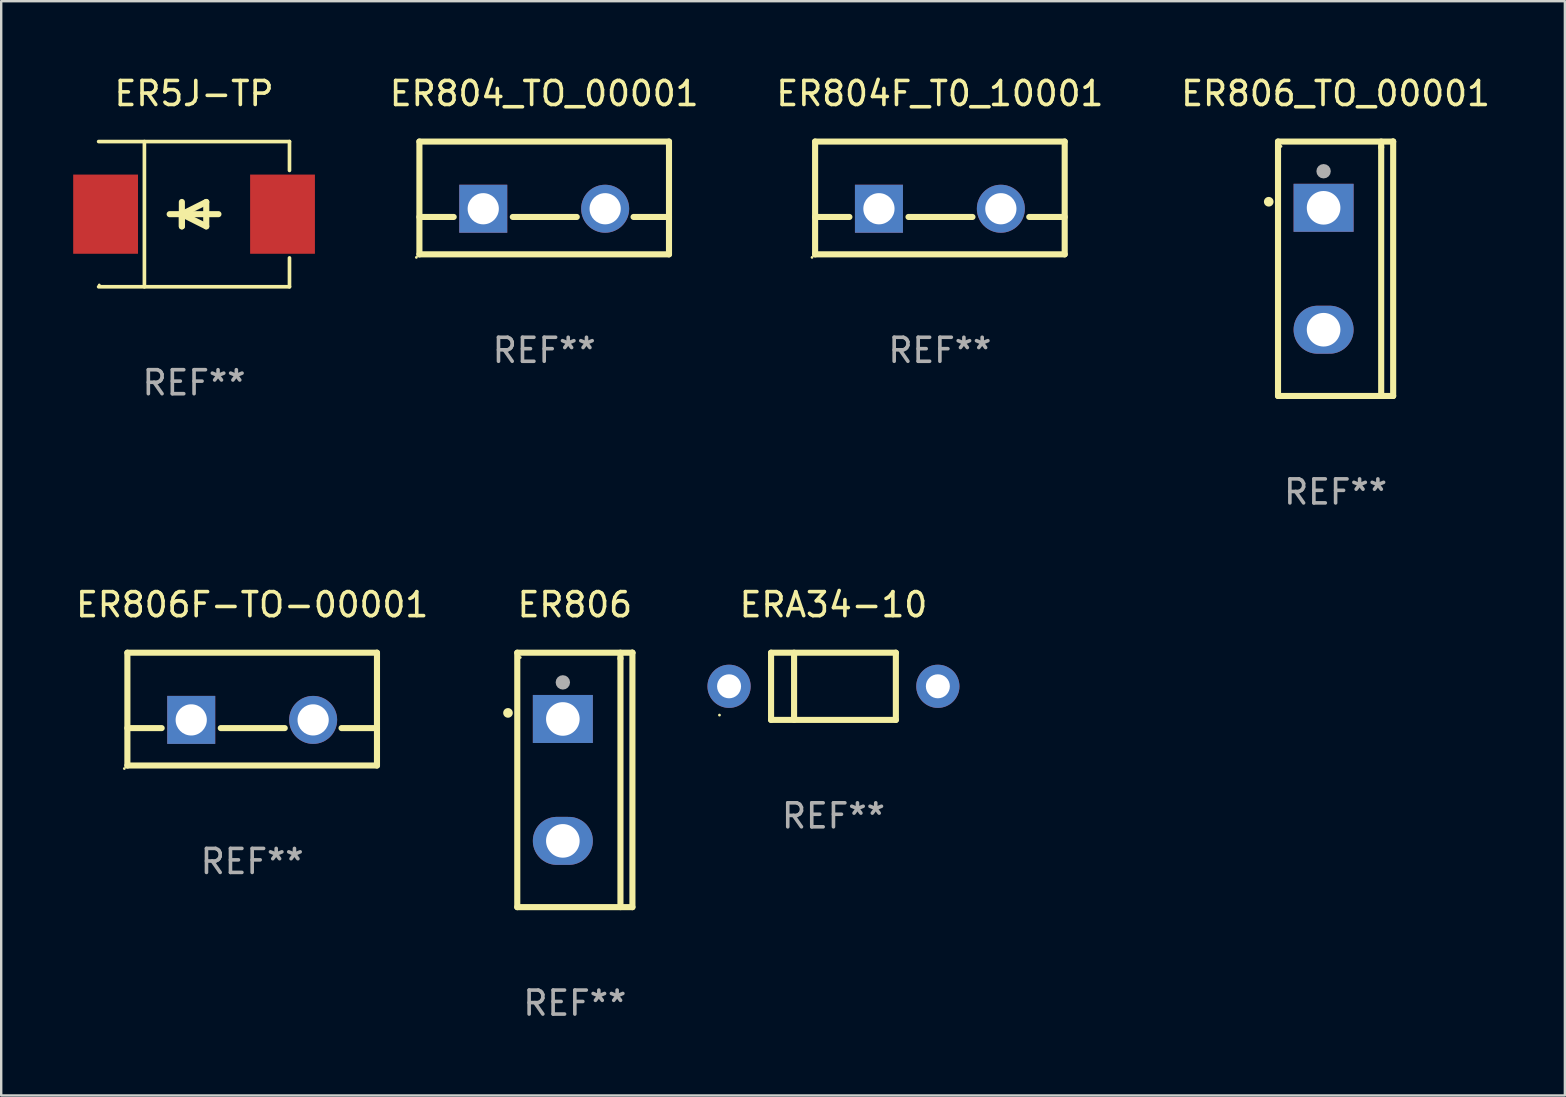
<source format=kicad_pcb>
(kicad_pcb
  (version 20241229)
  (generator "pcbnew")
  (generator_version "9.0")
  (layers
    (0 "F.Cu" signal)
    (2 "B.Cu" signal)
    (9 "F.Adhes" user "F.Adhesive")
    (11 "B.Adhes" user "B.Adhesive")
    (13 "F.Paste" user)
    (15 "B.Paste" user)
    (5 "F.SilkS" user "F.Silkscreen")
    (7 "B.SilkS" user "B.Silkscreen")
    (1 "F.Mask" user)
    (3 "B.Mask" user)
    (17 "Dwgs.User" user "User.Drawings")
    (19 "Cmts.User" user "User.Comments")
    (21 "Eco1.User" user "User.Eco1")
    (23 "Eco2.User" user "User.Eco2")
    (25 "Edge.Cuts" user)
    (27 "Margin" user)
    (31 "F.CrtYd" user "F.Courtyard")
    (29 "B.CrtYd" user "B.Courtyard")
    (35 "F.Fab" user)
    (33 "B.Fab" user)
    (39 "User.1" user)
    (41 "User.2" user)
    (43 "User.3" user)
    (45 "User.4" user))
  (footprint "ER804_TO_00001"
    (layer "F.Cu")
    (at 19.626 5.198)
    (property "Reference" "ER804_TO_00001" (at 0 -4.35 0) (layer "F.SilkS") (effects (font (size 1 1) (thickness 0.15))))
    (attr through_hole)
    (fp_line (start -5.2 -2.35) (end -5.2 2.35) (stroke (width 0.254) (type solid)) (layer "F.SilkS"))
    (fp_line (start -5.2 -2.35) (end 5.2 -2.35) (stroke (width 0.254) (type solid)) (layer "F.SilkS"))
    (fp_line (start -5.2 0.792) (end -3.771 0.792) (stroke (width 0.254) (type solid)) (layer "F.SilkS"))
    (fp_line (start -5.2 2.35) (end 5.2 2.35) (stroke (width 0.254) (type solid)) (layer "F.SilkS"))
    (fp_line (start -1.309 0.792) (end 1.357 0.792) (stroke (width 0.254) (type solid)) (layer "F.SilkS"))
    (fp_line (start 3.723 0.792) (end 5.2 0.792) (stroke (width 0.254) (type solid)) (layer "F.SilkS"))
    (fp_line (start 5.2 -2.35) (end 5.2 2.35) (stroke (width 0.254) (type solid)) (layer "F.SilkS"))
    (fp_circle (center -5.327 2.477) (end -5.297 2.477) (stroke (width 0.06) (type solid)) (fill no) (layer "F.SilkS"))
    (fp_text user "REF**" (at 0 6.35 0) (layer "F.Fab") (effects (font (size 1 1) (thickness 0.15))))
    (pad "1" thru_hole rect (at -2.54 0.45) (size 2 2) (drill 1.3) (layers "*.Cu" "*.Mask"))
    (pad "2" thru_hole circle (at 2.54 0.45) (size 2 2) (drill 1.3) (layers "*.Cu" "*.Mask")))
  (footprint "ER806"
    (layer "F.Cu")
    (at 20.903 29.448)
    (property "Reference" "ER806" (at 0 -7.301 0) (layer "F.SilkS") (effects (font (size 1 1) (thickness 0.15))))
    (attr through_hole)
    (fp_line (start -2.399 -5.301) (end 2.394 -5.301) (stroke (width 0.254) (type solid)) (layer "F.SilkS"))
    (fp_line (start -2.399 5.301) (end -2.399 -5.301) (stroke (width 0.254) (type solid)) (layer "F.SilkS"))
    (fp_line (start 1.9 -5.061) (end 1.9 -5.3) (stroke (width 0.254) (type solid)) (layer "F.SilkS"))
    (fp_line (start 1.9 5.3) (end 1.9 -5.061) (stroke (width 0.254) (type solid)) (layer "F.SilkS"))
    (fp_line (start 2.394 -5.301) (end 2.399 -5.301) (stroke (width 0.254) (type solid)) (layer "F.SilkS"))
    (fp_line (start 2.399 -5.301) (end 2.399 5.301) (stroke (width 0.254) (type solid)) (layer "F.SilkS"))
    (fp_line (start 2.399 5.301) (end -2.399 5.301) (stroke (width 0.254) (type solid)) (layer "F.SilkS"))
    (fp_arc (start -2.786043 -2.791466) (mid -2.786047 -2.792736) (end -2.786043 -2.794006) (stroke (width 0.4) (type solid)) (layer "F.SilkS"))
    (fp_circle (center -2.275 -5.1) (end -2.245 -5.1) (stroke (width 0.06) (type solid)) (fill no) (layer "F.SilkS"))
    (fp_circle (center -0.5 -4.064) (end -0.35 -4.064) (stroke (width 0.3) (type solid)) (fill no) (layer "F.Fab"))
    (fp_text user "REF**" (at 0 9.301 0) (layer "F.Fab") (effects (font (size 1 1) (thickness 0.15))))
    (pad "1" thru_hole rect (at -0.5 -2.54 270) (size 2 2.5) (drill 1.4) (layers "*.Cu" "*.Mask"))
    (pad "3" thru_hole oval (at -0.5 2.54 270) (size 2 2.5) (drill 1.4) (layers "*.Cu" "*.Mask")))
  (footprint "ERA34-10"
    (layer "F.Cu")
    (at 31.679 25.547)
    (property "Reference" "ERA34-10" (at 0 -3.4 0) (layer "F.SilkS") (effects (font (size 1 1) (thickness 0.15))))
    (attr through_hole)
    (fp_line (start -2.6 -1.4) (end -2.6 1.4) (stroke (width 0.254) (type solid)) (layer "F.SilkS"))
    (fp_line (start -2.6 -1.4) (end 2.6 -1.4) (stroke (width 0.254) (type solid)) (layer "F.SilkS"))
    (fp_line (start -2.6 1.4) (end 2.6 1.4) (stroke (width 0.254) (type solid)) (layer "F.SilkS"))
    (fp_line (start -1.641 -1.4) (end -1.641 1.4) (stroke (width 0.254) (type solid)) (layer "F.SilkS"))
    (fp_line (start 2.6 -1.4) (end 2.6 1.4) (stroke (width 0.254) (type solid)) (layer "F.SilkS"))
    (fp_circle (center -4.75 1.2) (end -4.72 1.2) (stroke (width 0.06) (type solid)) (fill no) (layer "F.SilkS"))
    (fp_text user "REF**" (at 0 5.4 0) (layer "F.Fab") (effects (font (size 1 1) (thickness 0.15))))
    (pad "1" thru_hole circle (at -4.35 0) (size 1.8 1.8) (drill 1) (layers "*.Cu" "*.Mask"))
    (pad "2" thru_hole circle (at 4.35 0) (size 1.8 1.8) (drill 1) (layers "*.Cu" "*.Mask")))
  (footprint "ER5J-TP"
    (layer "F.Cu")
    (at 5.036 5.874)
    (property "Reference" "ER5J-TP" (at 0 -5.026 0) (layer "F.SilkS") (effects (font (size 1 1) (thickness 0.15))))
    (attr through_hole)
    (fp_line (start -3.976 -3.026) (end 3.976 -3.026) (stroke (width 0.152) (type solid)) (layer "F.SilkS"))
    (fp_line (start -3.976 3.026) (end 3.976 3.026) (stroke (width 0.152) (type solid)) (layer "F.SilkS"))
    (fp_line (start -2.069 -3.026) (end -2.069 3.026) (stroke (width 0.152) (type solid)) (layer "F.SilkS"))
    (fp_line (start -0.508 0) (end -0.508 0.508) (stroke (width 0.254) (type solid)) (layer "F.SilkS"))
    (fp_line (start -0.508 0) (end 0.508 0.508) (stroke (width 0.254) (type solid)) (layer "F.SilkS"))
    (fp_line (start -0.508 0.508) (end -0.508 -0.508) (stroke (width 0.254) (type solid)) (layer "F.SilkS"))
    (fp_line (start 0.508 -0.508) (end -0.508 0) (stroke (width 0.254) (type solid)) (layer "F.SilkS"))
    (fp_line (start 0.508 0.508) (end 0.508 -0.508) (stroke (width 0.254) (type solid)) (layer "F.SilkS"))
    (fp_line (start 1.016 0) (end -1.016 0) (stroke (width 0.254) (type solid)) (layer "F.SilkS"))
    (fp_line (start 3.976 -3.026) (end 3.976 -1.823) (stroke (width 0.152) (type solid)) (layer "F.SilkS"))
    (fp_line (start 3.976 3.026) (end 3.976 1.823) (stroke (width 0.152) (type solid)) (layer "F.SilkS"))
    (fp_circle (center -3.95 2.95) (end -3.92 2.95) (stroke (width 0.06) (type solid)) (fill no) (layer "F.SilkS"))
    (fp_text user "REF**" (at 0 7.026 0) (layer "F.Fab") (effects (font (size 1 1) (thickness 0.15))))
    (pad "1" smd rect (at -3.686 0) (size 2.7 3.3) (layers "F.Cu" "F.Mask" "F.Paste"))
    (pad "2" smd rect (at 3.686 0) (size 2.7 3.3) (layers "F.Cu" "F.Mask" "F.Paste")))
  (footprint "ER806F-TO-00001"
    (layer "F.Cu")
    (at 7.458 26.497)
    (property "Reference" "ER806F-TO-00001" (at 0 -4.35 0) (layer "F.SilkS") (effects (font (size 1 1) (thickness 0.15))))
    (attr through_hole)
    (fp_line (start -5.2 -2.35) (end -5.2 2.35) (stroke (width 0.254) (type solid)) (layer "F.SilkS"))
    (fp_line (start -5.2 -2.35) (end 5.2 -2.35) (stroke (width 0.254) (type solid)) (layer "F.SilkS"))
    (fp_line (start -5.2 0.792) (end -3.771 0.792) (stroke (width 0.254) (type solid)) (layer "F.SilkS"))
    (fp_line (start -5.2 2.35) (end 5.2 2.35) (stroke (width 0.254) (type solid)) (layer "F.SilkS"))
    (fp_line (start -1.309 0.792) (end 1.357 0.792) (stroke (width 0.254) (type solid)) (layer "F.SilkS"))
    (fp_line (start 3.723 0.792) (end 5.2 0.792) (stroke (width 0.254) (type solid)) (layer "F.SilkS"))
    (fp_line (start 5.2 -2.35) (end 5.2 2.35) (stroke (width 0.254) (type solid)) (layer "F.SilkS"))
    (fp_circle (center -5.327 2.477) (end -5.297 2.477) (stroke (width 0.06) (type solid)) (fill no) (layer "F.SilkS"))
    (fp_text user "REF**" (at 0 6.35 0) (layer "F.Fab") (effects (font (size 1 1) (thickness 0.15))))
    (pad "1" thru_hole rect (at -2.54 0.45) (size 2 2) (drill 1.3) (layers "*.Cu" "*.Mask"))
    (pad "2" thru_hole circle (at 2.54 0.45) (size 2 2) (drill 1.3) (layers "*.Cu" "*.Mask")))
  (footprint "ER806_TO_00001"
    (layer "F.Cu")
    (at 52.602 8.149)
    (property "Reference" "ER806_TO_00001" (at 0 -7.301 0) (layer "F.SilkS") (effects (font (size 1 1) (thickness 0.15))))
    (attr through_hole)
    (fp_line (start -2.399 -5.301) (end 2.394 -5.301) (stroke (width 0.254) (type solid)) (layer "F.SilkS"))
    (fp_line (start -2.399 5.301) (end -2.399 -5.301) (stroke (width 0.254) (type solid)) (layer "F.SilkS"))
    (fp_line (start 1.9 -5.061) (end 1.9 -5.3) (stroke (width 0.254) (type solid)) (layer "F.SilkS"))
    (fp_line (start 1.9 5.3) (end 1.9 -5.061) (stroke (width 0.254) (type solid)) (layer "F.SilkS"))
    (fp_line (start 2.394 -5.301) (end 2.399 -5.301) (stroke (width 0.254) (type solid)) (layer "F.SilkS"))
    (fp_line (start 2.399 -5.301) (end 2.399 5.301) (stroke (width 0.254) (type solid)) (layer "F.SilkS"))
    (fp_line (start 2.399 5.301) (end -2.399 5.301) (stroke (width 0.254) (type solid)) (layer "F.SilkS"))
    (fp_arc (start -2.786043 -2.791466) (mid -2.786047 -2.792736) (end -2.786043 -2.794006) (stroke (width 0.4) (type solid)) (layer "F.SilkS"))
    (fp_circle (center -2.275 -5.1) (end -2.245 -5.1) (stroke (width 0.06) (type solid)) (fill no) (layer "F.SilkS"))
    (fp_circle (center -0.5 -4.064) (end -0.35 -4.064) (stroke (width 0.3) (type solid)) (fill no) (layer "F.Fab"))
    (fp_text user "REF**" (at 0 9.301 0) (layer "F.Fab") (effects (font (size 1 1) (thickness 0.15))))
    (pad "1" thru_hole rect (at -0.5 -2.54 270) (size 2 2.5) (drill 1.4) (layers "*.Cu" "*.Mask"))
    (pad "3" thru_hole oval (at -0.5 2.54 270) (size 2 2.5) (drill 1.4) (layers "*.Cu" "*.Mask")))
  (footprint "ER804F_T0_10001"
    (layer "F.Cu")
    (at 36.114 5.198)
    (property "Reference" "ER804F_T0_10001" (at 0 -4.35 0) (layer "F.SilkS") (effects (font (size 1 1) (thickness 0.15))))
    (attr through_hole)
    (fp_line (start -5.2 -2.35) (end -5.2 2.35) (stroke (width 0.254) (type solid)) (layer "F.SilkS"))
    (fp_line (start -5.2 -2.35) (end 5.2 -2.35) (stroke (width 0.254) (type solid)) (layer "F.SilkS"))
    (fp_line (start -5.2 0.792) (end -3.771 0.792) (stroke (width 0.254) (type solid)) (layer "F.SilkS"))
    (fp_line (start -5.2 2.35) (end 5.2 2.35) (stroke (width 0.254) (type solid)) (layer "F.SilkS"))
    (fp_line (start -1.309 0.792) (end 1.357 0.792) (stroke (width 0.254) (type solid)) (layer "F.SilkS"))
    (fp_line (start 3.723 0.792) (end 5.2 0.792) (stroke (width 0.254) (type solid)) (layer "F.SilkS"))
    (fp_line (start 5.2 -2.35) (end 5.2 2.35) (stroke (width 0.254) (type solid)) (layer "F.SilkS"))
    (fp_circle (center -5.327 2.477) (end -5.297 2.477) (stroke (width 0.06) (type solid)) (fill no) (layer "F.SilkS"))
    (fp_text user "REF**" (at 0 6.35 0) (layer "F.Fab") (effects (font (size 1 1) (thickness 0.15))))
    (pad "1" thru_hole rect (at -2.54 0.45) (size 2 2) (drill 1.3) (layers "*.Cu" "*.Mask"))
    (pad "2" thru_hole circle (at 2.54 0.45) (size 2 2) (drill 1.3) (layers "*.Cu" "*.Mask")))
  (gr_rect
    (start -3 -3)
    (end 62.156 42.597)
    (stroke (width 0.1) (type default))
    (fill no)
    (layer "Edge.Cuts")))
</source>
